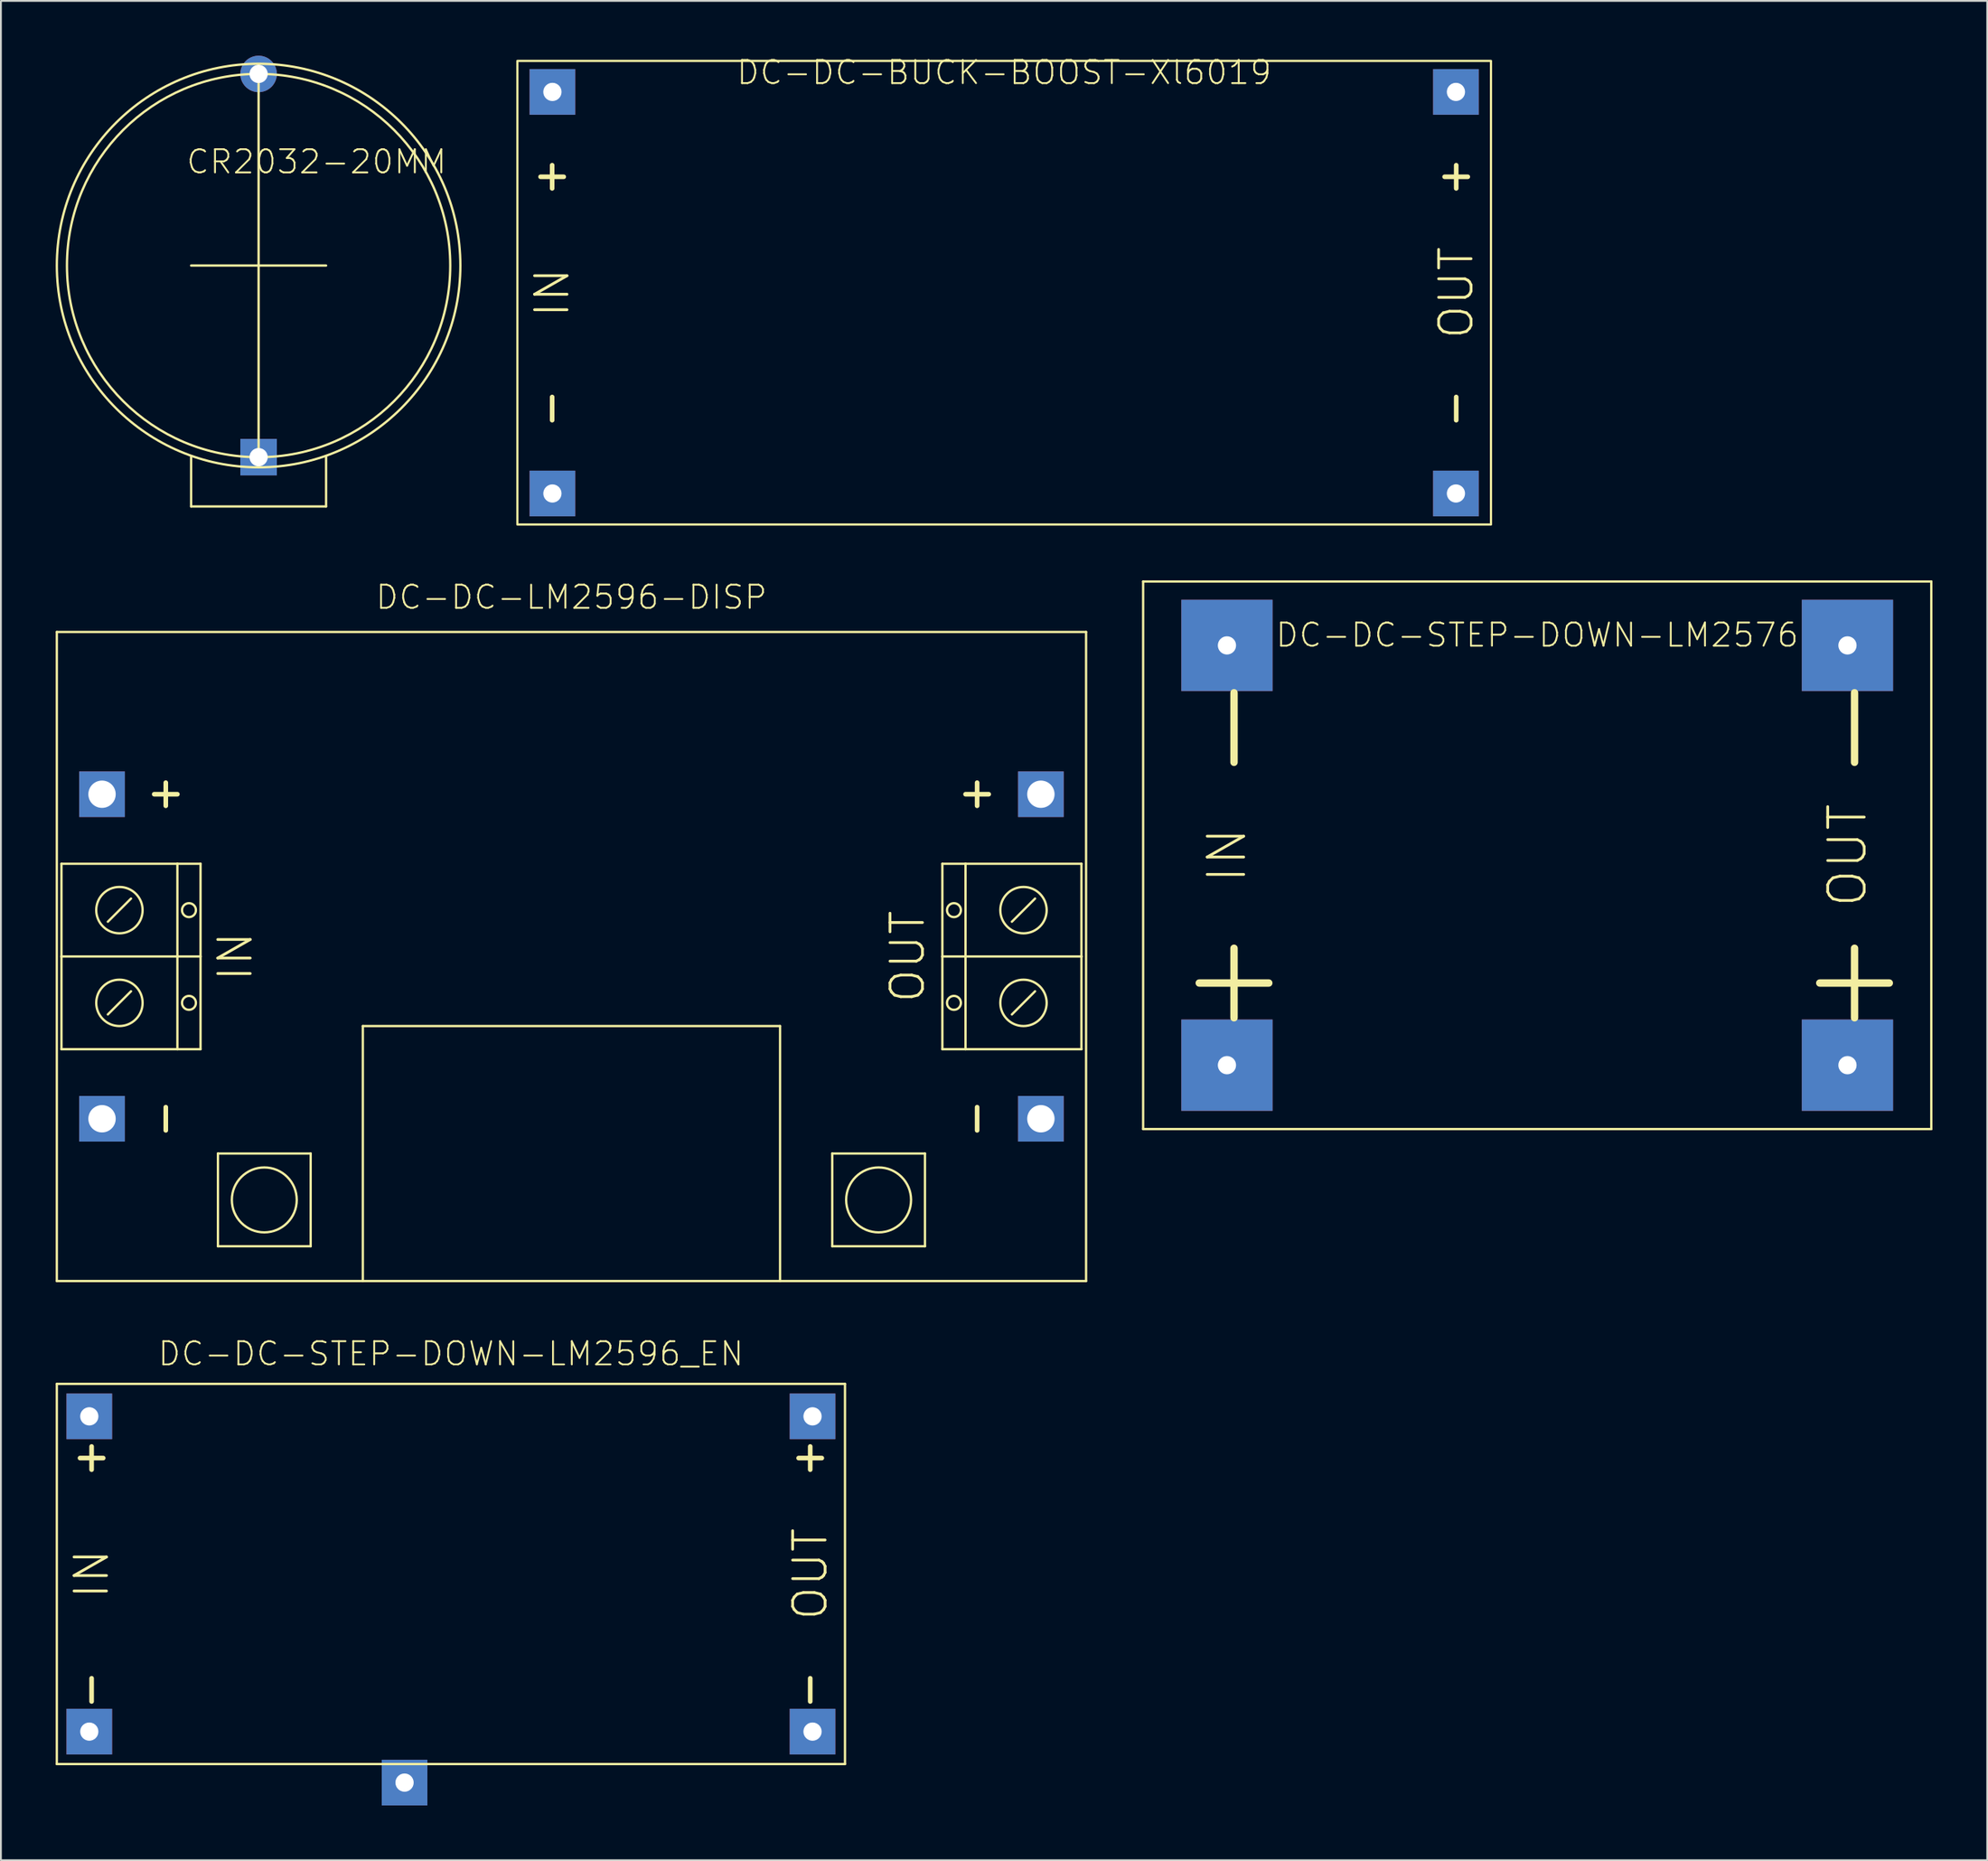
<source format=kicad_pcb>
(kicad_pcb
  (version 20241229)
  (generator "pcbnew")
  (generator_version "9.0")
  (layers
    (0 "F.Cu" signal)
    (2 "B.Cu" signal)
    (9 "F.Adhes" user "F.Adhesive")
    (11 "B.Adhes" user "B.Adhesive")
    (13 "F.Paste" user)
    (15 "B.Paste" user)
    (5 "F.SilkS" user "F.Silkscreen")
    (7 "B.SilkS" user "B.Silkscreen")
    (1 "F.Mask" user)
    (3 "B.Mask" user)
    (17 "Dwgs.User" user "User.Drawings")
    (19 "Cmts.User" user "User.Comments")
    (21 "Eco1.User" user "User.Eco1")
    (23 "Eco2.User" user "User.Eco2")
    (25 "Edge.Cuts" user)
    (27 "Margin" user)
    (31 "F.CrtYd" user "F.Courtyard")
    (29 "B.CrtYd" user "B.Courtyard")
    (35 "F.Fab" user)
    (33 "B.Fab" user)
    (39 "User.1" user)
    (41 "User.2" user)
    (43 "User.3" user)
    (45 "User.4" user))
  (footprint "CR2032-20MM"
    (layer "F.Cu")
    (at 11.118 11.498)
    (property "Reference" "CR2032-20MM" (at 3.175 -5.685 0) (layer "F.SilkS") (effects (font (size 1.27 1.27) (thickness 0.102))))
    (attr exclude_from_pos_files exclude_from_bom)
    (fp_line (start -3.698 13.198) (end -3.698 10.45) (stroke (width 0.127) (type solid)) (layer "F.SilkS"))
    (fp_line (start -3.698 13.198) (end 3.698 13.198) (stroke (width 0.127) (type solid)) (layer "F.SilkS"))
    (fp_line (start 0 0) (end -3.698 0) (stroke (width 0.127) (type solid)) (layer "F.SilkS"))
    (fp_line (start 0 0) (end 0 -10.998) (stroke (width 0.127) (type solid)) (layer "F.SilkS"))
    (fp_line (start 0 0) (end 0 11.049) (stroke (width 0.127) (type solid)) (layer "F.SilkS"))
    (fp_line (start 0 0) (end 3.698 0) (stroke (width 0.127) (type solid)) (layer "F.SilkS"))
    (fp_line (start 3.698 13.198) (end 3.698 10.45) (stroke (width 0.127) (type solid)) (layer "F.SilkS"))
    (fp_circle (center 0 0) (end 0 -11.054) (stroke (width 0.127) (type solid)) (fill no) (layer "F.SilkS"))
    (fp_circle (center 0 0) (end 0 -10.5) (stroke (width 0.127) (type solid)) (fill no) (layer "F.SilkS"))
    (pad "1" thru_hole rect (at 0 10.498) (size 2 2) (drill 1) (layers "*.Cu" "*.Paste" "*.Mask"))
    (pad "2" thru_hole circle (at 0 -10.498) (size 2 2) (drill 1) (layers "*.Cu" "*.Paste" "*.Mask")))
  (footprint "DC-DC-STEP-DOWN-LM2596_EN"
    (layer "F.Cu")
    (at 21.654 83.182)
    (property "Reference" "DC-DC-STEP-DOWN-LM2596_EN" (at 0 -12.065 0) (layer "F.SilkS") (effects (font (size 1.27 1.27) (thickness 0.102))))
    (attr through_hole)
    (fp_line (start -21.59 -10.414) (end 21.59 -10.414) (stroke (width 0.127) (type solid)) (layer "F.SilkS"))
    (fp_line (start -21.59 10.414) (end -21.59 -10.414) (stroke (width 0.127) (type solid)) (layer "F.SilkS"))
    (fp_line (start -20.32 -6.35) (end -19.05 -6.35) (stroke (width 0.254) (type solid)) (layer "F.SilkS"))
    (fp_line (start -19.685 -6.985) (end -19.685 -5.715) (stroke (width 0.254) (type solid)) (layer "F.SilkS"))
    (fp_line (start -19.685 6.985) (end -19.685 5.715) (stroke (width 0.254) (type solid)) (layer "F.SilkS"))
    (fp_line (start 19.05 -6.35) (end 20.32 -6.35) (stroke (width 0.254) (type solid)) (layer "F.SilkS"))
    (fp_line (start 19.685 -6.985) (end 19.685 -5.715) (stroke (width 0.254) (type solid)) (layer "F.SilkS"))
    (fp_line (start 19.685 6.985) (end 19.685 5.715) (stroke (width 0.254) (type solid)) (layer "F.SilkS"))
    (fp_line (start 21.59 -10.414) (end 21.59 10.414) (stroke (width 0.127) (type solid)) (layer "F.SilkS"))
    (fp_line (start 21.59 10.414) (end -21.59 10.414) (stroke (width 0.127) (type solid)) (layer "F.SilkS"))
    (fp_text user "OUT" (at 19.685 0 90) (layer "F.SilkS") (effects (font (size 1.778 1.778) (thickness 0.152))))
    (fp_text user "IN" (at -19.685 0 90) (layer "F.SilkS") (effects (font (size 1.778 1.778) (thickness 0.152))))
    (pad "EN" thru_hole rect (at -2.54 11.43) (size 2.5 2.5) (drill 1) (layers "*.Cu" "*.Mask"))
    (pad "IN+" thru_hole rect (at -19.812 -8.636) (size 2.5 2.5) (drill 1) (layers "*.Cu" "*.Mask"))
    (pad "IN-" thru_hole rect (at -19.812 8.636) (size 2.5 2.5) (drill 0.998) (layers "*.Cu" "*.Mask"))
    (pad "OUT+" thru_hole rect (at 19.812 -8.636) (size 2.5 2.5) (drill 1) (layers "*.Cu" "*.Mask"))
    (pad "OUT-" thru_hole rect (at 19.812 8.636) (size 2.5 2.5) (drill 1) (layers "*.Cu" "*.Mask")))
  (footprint "DC-DC-LM2596-DISP"
    (layer "F.Cu")
    (at 28.258 49.353)
    (property "Reference" "DC-DC-LM2596-DISP" (at 0 -19.685 0) (layer "F.SilkS") (effects (font (size 1.27 1.27) (thickness 0.102))))
    (attr exclude_from_pos_files exclude_from_bom)
    (fp_line (start -28.194 -17.78) (end 28.194 -17.78) (stroke (width 0.127) (type solid)) (layer "F.SilkS"))
    (fp_line (start -28.194 17.78) (end -28.194 -17.78) (stroke (width 0.127) (type solid)) (layer "F.SilkS"))
    (fp_line (start -27.94 -5.08) (end -21.59 -5.08) (stroke (width 0.127) (type solid)) (layer "F.SilkS"))
    (fp_line (start -27.94 0) (end -27.94 -5.08) (stroke (width 0.127) (type solid)) (layer "F.SilkS"))
    (fp_line (start -27.94 5.08) (end -27.94 0) (stroke (width 0.127) (type solid)) (layer "F.SilkS"))
    (fp_line (start -24.13 -3.175) (end -25.4 -1.905) (stroke (width 0.127) (type solid)) (layer "F.SilkS"))
    (fp_line (start -24.13 1.905) (end -25.4 3.175) (stroke (width 0.127) (type solid)) (layer "F.SilkS"))
    (fp_line (start -22.86 -8.89) (end -21.59 -8.89) (stroke (width 0.254) (type solid)) (layer "F.SilkS"))
    (fp_line (start -22.225 -9.525) (end -22.225 -8.255) (stroke (width 0.254) (type solid)) (layer "F.SilkS"))
    (fp_line (start -22.225 9.525) (end -22.225 8.255) (stroke (width 0.254) (type solid)) (layer "F.SilkS"))
    (fp_line (start -21.59 -5.08) (end -21.59 5.08) (stroke (width 0.127) (type solid)) (layer "F.SilkS"))
    (fp_line (start -21.59 -5.08) (end -20.32 -5.08) (stroke (width 0.127) (type solid)) (layer "F.SilkS"))
    (fp_line (start -21.59 5.08) (end -27.94 5.08) (stroke (width 0.127) (type solid)) (layer "F.SilkS"))
    (fp_line (start -20.32 -5.08) (end -20.32 0) (stroke (width 0.127) (type solid)) (layer "F.SilkS"))
    (fp_line (start -20.32 0) (end -27.94 0) (stroke (width 0.127) (type solid)) (layer "F.SilkS"))
    (fp_line (start -20.32 0) (end -20.32 5.08) (stroke (width 0.127) (type solid)) (layer "F.SilkS"))
    (fp_line (start -20.32 5.08) (end -21.59 5.08) (stroke (width 0.127) (type solid)) (layer "F.SilkS"))
    (fp_line (start -19.367 10.795) (end -14.287 10.795) (stroke (width 0.127) (type solid)) (layer "F.SilkS"))
    (fp_line (start -19.367 15.875) (end -19.367 10.795) (stroke (width 0.127) (type solid)) (layer "F.SilkS"))
    (fp_line (start -14.287 10.795) (end -14.287 15.875) (stroke (width 0.127) (type solid)) (layer "F.SilkS"))
    (fp_line (start -14.287 15.875) (end -19.367 15.875) (stroke (width 0.127) (type solid)) (layer "F.SilkS"))
    (fp_line (start -11.43 3.81) (end 11.43 3.81) (stroke (width 0.127) (type solid)) (layer "F.SilkS"))
    (fp_line (start -11.43 17.78) (end -28.194 17.78) (stroke (width 0.127) (type solid)) (layer "F.SilkS"))
    (fp_line (start -11.43 17.78) (end -11.43 3.81) (stroke (width 0.127) (type solid)) (layer "F.SilkS"))
    (fp_line (start 11.43 3.81) (end 11.43 17.78) (stroke (width 0.127) (type solid)) (layer "F.SilkS"))
    (fp_line (start 11.43 17.78) (end -11.43 17.78) (stroke (width 0.127) (type solid)) (layer "F.SilkS"))
    (fp_line (start 14.287 10.795) (end 19.367 10.795) (stroke (width 0.127) (type solid)) (layer "F.SilkS"))
    (fp_line (start 14.287 15.875) (end 14.287 10.795) (stroke (width 0.127) (type solid)) (layer "F.SilkS"))
    (fp_line (start 19.367 10.795) (end 19.367 15.875) (stroke (width 0.127) (type solid)) (layer "F.SilkS"))
    (fp_line (start 19.367 15.875) (end 14.287 15.875) (stroke (width 0.127) (type solid)) (layer "F.SilkS"))
    (fp_line (start 20.32 -5.08) (end 21.59 -5.08) (stroke (width 0.127) (type solid)) (layer "F.SilkS"))
    (fp_line (start 20.32 0) (end 20.32 -5.08) (stroke (width 0.127) (type solid)) (layer "F.SilkS"))
    (fp_line (start 20.32 0) (end 27.94 0) (stroke (width 0.127) (type solid)) (layer "F.SilkS"))
    (fp_line (start 20.32 5.08) (end 20.32 0) (stroke (width 0.127) (type solid)) (layer "F.SilkS"))
    (fp_line (start 21.59 -8.89) (end 22.86 -8.89) (stroke (width 0.254) (type solid)) (layer "F.SilkS"))
    (fp_line (start 21.59 -5.08) (end 27.94 -5.08) (stroke (width 0.127) (type solid)) (layer "F.SilkS"))
    (fp_line (start 21.59 5.08) (end 20.32 5.08) (stroke (width 0.127) (type solid)) (layer "F.SilkS"))
    (fp_line (start 21.59 5.08) (end 21.59 -5.08) (stroke (width 0.127) (type solid)) (layer "F.SilkS"))
    (fp_line (start 22.225 -9.525) (end 22.225 -8.255) (stroke (width 0.254) (type solid)) (layer "F.SilkS"))
    (fp_line (start 22.225 9.525) (end 22.225 8.255) (stroke (width 0.254) (type solid)) (layer "F.SilkS"))
    (fp_line (start 24.13 -1.905) (end 25.4 -3.175) (stroke (width 0.127) (type solid)) (layer "F.SilkS"))
    (fp_line (start 24.13 3.175) (end 25.4 1.905) (stroke (width 0.127) (type solid)) (layer "F.SilkS"))
    (fp_line (start 27.94 -5.08) (end 27.94 0) (stroke (width 0.127) (type solid)) (layer "F.SilkS"))
    (fp_line (start 27.94 0) (end 27.94 5.08) (stroke (width 0.127) (type solid)) (layer "F.SilkS"))
    (fp_line (start 27.94 5.08) (end 21.59 5.08) (stroke (width 0.127) (type solid)) (layer "F.SilkS"))
    (fp_line (start 28.194 -17.78) (end 28.194 17.78) (stroke (width 0.127) (type solid)) (layer "F.SilkS"))
    (fp_line (start 28.194 17.78) (end 11.43 17.78) (stroke (width 0.127) (type solid)) (layer "F.SilkS"))
    (fp_circle (center -24.765 -2.54) (end -24.765 -3.81) (stroke (width 0.127) (type solid)) (fill no) (layer "F.SilkS"))
    (fp_circle (center -24.765 2.54) (end -24.765 1.27) (stroke (width 0.127) (type solid)) (fill no) (layer "F.SilkS"))
    (fp_circle (center -20.955 -2.54) (end -20.955 -2.921) (stroke (width 0.127) (type solid)) (fill no) (layer "F.SilkS"))
    (fp_circle (center -20.955 2.54) (end -20.955 2.159) (stroke (width 0.127) (type solid)) (fill no) (layer "F.SilkS"))
    (fp_circle (center -16.828 13.335) (end -16.828 11.557) (stroke (width 0.127) (type solid)) (fill no) (layer "F.SilkS"))
    (fp_circle (center 16.828 13.335) (end 16.828 11.557) (stroke (width 0.127) (type solid)) (fill no) (layer "F.SilkS"))
    (fp_circle (center 20.955 -2.54) (end 20.955 -2.921) (stroke (width 0.127) (type solid)) (fill no) (layer "F.SilkS"))
    (fp_circle (center 20.955 2.54) (end 20.955 2.159) (stroke (width 0.127) (type solid)) (fill no) (layer "F.SilkS"))
    (fp_circle (center 24.765 -2.54) (end 24.765 -3.81) (stroke (width 0.127) (type solid)) (fill no) (layer "F.SilkS"))
    (fp_circle (center 24.765 2.54) (end 24.765 1.27) (stroke (width 0.127) (type solid)) (fill no) (layer "F.SilkS"))
    (fp_text user "IN" (at -18.415 0 90) (layer "F.SilkS") (effects (font (size 1.778 1.778) (thickness 0.152))))
    (fp_text user "OUT" (at 18.415 0 90) (layer "F.SilkS") (effects (font (size 1.778 1.778) (thickness 0.152))))
    (pad "IN+" thru_hole rect (at -25.718 -8.89) (size 2.499 2.499) (drill 1.499) (layers "*.Cu" "*.Paste" "*.Mask"))
    (pad "IN-" thru_hole rect (at -25.718 8.89) (size 2.499 2.499) (drill 1.499) (layers "*.Cu" "*.Paste" "*.Mask"))
    (pad "OUT+" thru_hole rect (at 25.718 -8.89) (size 2.499 2.499) (drill 1.499) (layers "*.Cu" "*.Paste" "*.Mask"))
    (pad "OUT-" thru_hole rect (at 25.718 8.89) (size 2.499 2.499) (drill 1.499) (layers "*.Cu" "*.Paste" "*.Mask")))
  (footprint "DC-DC-STEP-DOWN-LM2576"
    (layer "F.Cu")
    (at 81.168 43.808)
    (property "Reference" "DC-DC-STEP-DOWN-LM2576" (at 0 -12.065 0) (layer "F.SilkS") (effects (font (size 1.27 1.27) (thickness 0.102))))
    (attr through_hole)
    (fp_line (start -21.59 -14.999) (end 21.59 -14.999) (stroke (width 0.127) (type solid)) (layer "F.SilkS"))
    (fp_line (start -21.59 14.999) (end -21.59 -14.999) (stroke (width 0.127) (type solid)) (layer "F.SilkS"))
    (fp_line (start 21.59 -14.999) (end 21.59 14.999) (stroke (width 0.127) (type solid)) (layer "F.SilkS"))
    (fp_line (start 21.59 14.999) (end -21.59 14.999) (stroke (width 0.127) (type solid)) (layer "F.SilkS"))
    (fp_text user "OUT" (at 16.998 0 90) (layer "F.SilkS") (effects (font (size 1.999 1.999) (thickness 0.152))))
    (fp_text user "IN" (at -16.998 0 90) (layer "F.SilkS") (effects (font (size 1.999 1.999) (thickness 0.152))))
    (fp_text user "-" (at 16.998 -6.998 90) (layer "F.SilkS") (effects (font (size 4.999 4.999) (thickness 0.406))))
    (fp_text user "+" (at -16.998 6.998 90) (layer "F.SilkS") (effects (font (size 4.999 4.999) (thickness 0.406))))
    (fp_text user "-" (at -16.998 -6.998 90) (layer "F.SilkS") (effects (font (size 4.999 4.999) (thickness 0.406))))
    (fp_text user "+" (at 16.998 6.998 90) (layer "F.SilkS") (effects (font (size 4.999 4.999) (thickness 0.406))))
    (pad "IN+" thru_hole rect (at -16.998 11.499) (size 5 5) (drill 1) (layers "*.Cu" "*.Mask"))
    (pad "IN-" thru_hole rect (at -16.998 -11.499) (size 5 5) (drill 1) (layers "*.Cu" "*.Mask"))
    (pad "OUT+" thru_hole rect (at 16.998 11.499) (size 5 5) (drill 1) (layers "*.Cu" "*.Mask"))
    (pad "OUT-" thru_hole rect (at 16.998 -11.499) (size 5 5) (drill 1) (layers "*.Cu" "*.Mask")))
  (footprint "DC-DC-BUCK-BOOST-Xl6019"
    (layer "F.Cu")
    (at 51.965 12.986)
    (property "Reference" "DC-DC-BUCK-BOOST-Xl6019" (at 0 -12.065 0) (layer "F.SilkS") (effects (font (size 1.27 1.27) (thickness 0.102))))
    (attr through_hole)
    (fp_line (start -25.4 -6.35) (end -24.13 -6.35) (stroke (width 0.254) (type solid)) (layer "F.SilkS"))
    (fp_line (start -24.765 -6.985) (end -24.765 -5.715) (stroke (width 0.254) (type solid)) (layer "F.SilkS"))
    (fp_line (start -24.765 6.985) (end -24.765 5.715) (stroke (width 0.254) (type solid)) (layer "F.SilkS"))
    (fp_line (start 24.13 -6.35) (end 25.4 -6.35) (stroke (width 0.254) (type solid)) (layer "F.SilkS"))
    (fp_line (start 24.765 -6.985) (end 24.765 -5.715) (stroke (width 0.254) (type solid)) (layer "F.SilkS"))
    (fp_line (start 24.765 6.985) (end 24.765 5.715) (stroke (width 0.254) (type solid)) (layer "F.SilkS"))
    (fp_rect (start -26.67 -12.7) (end 26.67 12.7) (stroke (width 0.12) (type solid)) (fill no) (layer "F.SilkS"))
    (fp_text user "IN" (at -24.765 0 90) (layer "F.SilkS") (effects (font (size 1.778 1.778) (thickness 0.152))))
    (fp_text user "OUT" (at 24.765 0 90) (layer "F.SilkS") (effects (font (size 1.778 1.778) (thickness 0.152))))
    (pad "IN+" thru_hole rect (at -24.75 -11) (size 2.5 2.5) (drill 1) (layers "*.Cu" "*.Mask"))
    (pad "IN-" thru_hole rect (at -24.75 11) (size 2.499 2.499) (drill 0.998) (layers "*.Cu" "*.Mask"))
    (pad "OUT+" thru_hole rect (at 24.75 -11) (size 2.499 2.499) (drill 0.998) (layers "*.Cu" "*.Mask"))
    (pad "OUT-" thru_hole rect (at 24.75 11) (size 2.499 2.499) (drill 0.998) (layers "*.Cu" "*.Mask")))
  (gr_rect
    (start -3 -3)
    (end 105.822 98.862)
    (stroke (width 0.1) (type default))
    (fill no)
    (layer "Edge.Cuts")))
</source>
